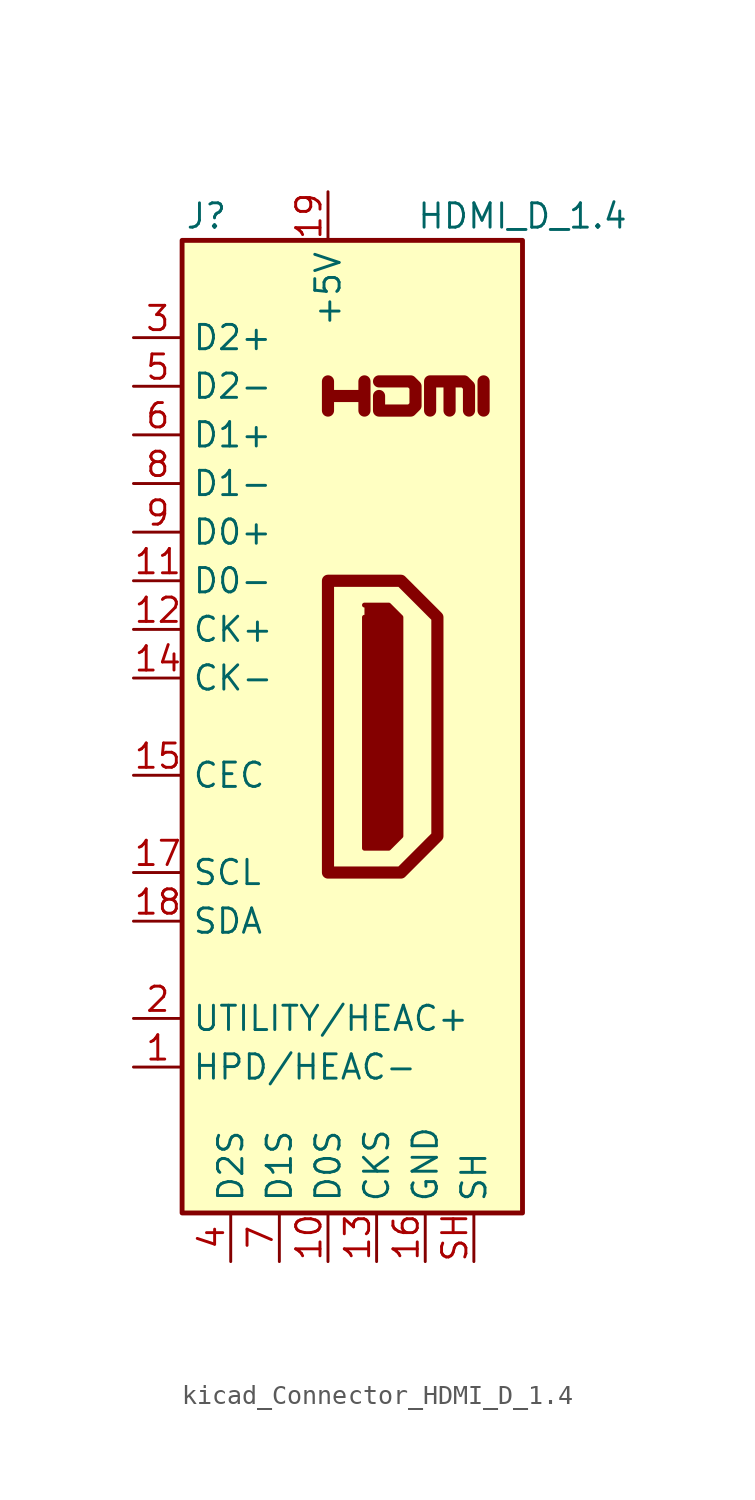
<source format=kicad_sym>
(kicad_symbol_lib
  (version 20220914)
  (generator kicad_symbol_editor)
  (symbol "kicad_Connector_HDMI_D_1.4"
    (property "Reference" "J"
      (at -6.35 26.67 0)
      (effects (font (size 1.27 1.27))))
    (property "Value" "HDMI_D_1.4"
      (at 10.16 26.67 0)
      (effects (font (size 1.27 1.27))))
    (symbol "kicad_Connector_HDMI_D_1.4_0_0"
      (polyline (pts (xy 8.128 16.51) (xy 8.128 18.034)) (stroke (width 0.635) (type default)) (fill (type none)))
      (polyline (pts (xy 0 16.51) (xy 0 18.034) (xy 0 17.272) (xy 1.905 17.272) (xy 1.905 18.034) (xy 1.905 16.51)) (stroke (width 0.635) (type default)) (fill (type none)))
      (polyline (pts (xy 2.667 18.034) (xy 4.318 18.034) (xy 4.572 17.78) (xy 4.572 16.764) (xy 4.318 16.51) (xy 2.667 16.51) (xy 2.667 17.272)) (stroke (width 0.635) (type default)) (fill (type none))))
    (symbol "kicad_Connector_HDMI_D_1.4_0_1"
      (rectangle (start -7.62 25.4) (end 10.16 -25.4) (stroke (width 0.254) (type default)) (fill (type background)))
      (polyline (pts (xy 0 7.62) (xy 3.81 7.62) (xy 5.715 5.715) (xy 5.715 -5.715) (xy 3.81 -7.62) (xy 0 -7.62) (xy 0 7.62)) (stroke (width 0.635) (type default)) (fill (type none)))
      (polyline (pts (xy 1.905 6.35) (xy 3.175 6.35) (xy 3.81 5.715) (xy 3.81 -5.715) (xy 3.175 -6.35) (xy 1.905 -6.35) (xy 1.905 5.715)) (stroke (width 0.254) (type default)) (fill (type outline)))
      (polyline (pts (xy 5.334 16.51) (xy 5.334 18.034) (xy 6.35 18.034) (xy 6.35 16.51) (xy 6.35 18.034) (xy 7.112 18.034) (xy 7.366 17.78) (xy 7.366 16.51)) (stroke (width 0.635) (type default)) (fill (type none))))
    (symbol "kicad_Connector_HDMI_D_1.4_1_1"
      (pin passive line (at -10.16 -17.78 0) (length 2.54) (name "HPD/HEAC-" (effects (font (size 1.27 1.27)))) (number "1" (effects (font (size 1.27 1.27)))))
      (pin power_in line (at 0 -27.94 90) (length 2.54) (name "D0S" (effects (font (size 1.27 1.27)))) (number "10" (effects (font (size 1.27 1.27)))))
      (pin passive line (at -10.16 7.62 0) (length 2.54) (name "D0-" (effects (font (size 1.27 1.27)))) (number "11" (effects (font (size 1.27 1.27)))))
      (pin passive line (at -10.16 5.08 0) (length 2.54) (name "CK+" (effects (font (size 1.27 1.27)))) (number "12" (effects (font (size 1.27 1.27)))))
      (pin power_in line (at 2.54 -27.94 90) (length 2.54) (name "CKS" (effects (font (size 1.27 1.27)))) (number "13" (effects (font (size 1.27 1.27)))))
      (pin passive line (at -10.16 2.54 0) (length 2.54) (name "CK-" (effects (font (size 1.27 1.27)))) (number "14" (effects (font (size 1.27 1.27)))))
      (pin bidirectional line (at -10.16 -2.54 0) (length 2.54) (name "CEC" (effects (font (size 1.27 1.27)))) (number "15" (effects (font (size 1.27 1.27)))))
      (pin power_in line (at 5.08 -27.94 90) (length 2.54) (name "GND" (effects (font (size 1.27 1.27)))) (number "16" (effects (font (size 1.27 1.27)))))
      (pin passive line (at -10.16 -7.62 0) (length 2.54) (name "SCL" (effects (font (size 1.27 1.27)))) (number "17" (effects (font (size 1.27 1.27)))))
      (pin bidirectional line (at -10.16 -10.16 0) (length 2.54) (name "SDA" (effects (font (size 1.27 1.27)))) (number "18" (effects (font (size 1.27 1.27)))))
      (pin power_in line (at 0 27.94 270) (length 2.54) (name "+5V" (effects (font (size 1.27 1.27)))) (number "19" (effects (font (size 1.27 1.27)))))
      (pin passive line (at -10.16 -15.24 0) (length 2.54) (name "UTILITY/HEAC+" (effects (font (size 1.27 1.27)))) (number "2" (effects (font (size 1.27 1.27)))))
      (pin passive line (at -10.16 20.32 0) (length 2.54) (name "D2+" (effects (font (size 1.27 1.27)))) (number "3" (effects (font (size 1.27 1.27)))))
      (pin power_in line (at -5.08 -27.94 90) (length 2.54) (name "D2S" (effects (font (size 1.27 1.27)))) (number "4" (effects (font (size 1.27 1.27)))))
      (pin passive line (at -10.16 17.78 0) (length 2.54) (name "D2-" (effects (font (size 1.27 1.27)))) (number "5" (effects (font (size 1.27 1.27)))))
      (pin passive line (at -10.16 15.24 0) (length 2.54) (name "D1+" (effects (font (size 1.27 1.27)))) (number "6" (effects (font (size 1.27 1.27)))))
      (pin power_in line (at -2.54 -27.94 90) (length 2.54) (name "D1S" (effects (font (size 1.27 1.27)))) (number "7" (effects (font (size 1.27 1.27)))))
      (pin passive line (at -10.16 12.7 0) (length 2.54) (name "D1-" (effects (font (size 1.27 1.27)))) (number "8" (effects (font (size 1.27 1.27)))))
      (pin passive line (at -10.16 10.16 0) (length 2.54) (name "D0+" (effects (font (size 1.27 1.27)))) (number "9" (effects (font (size 1.27 1.27)))))
      (pin passive line (at 7.62 -27.94 90) (length 2.54) (name "SH" (effects (font (size 1.27 1.27)))) (number "SH" (effects (font (size 1.27 1.27))))))))
</source>
